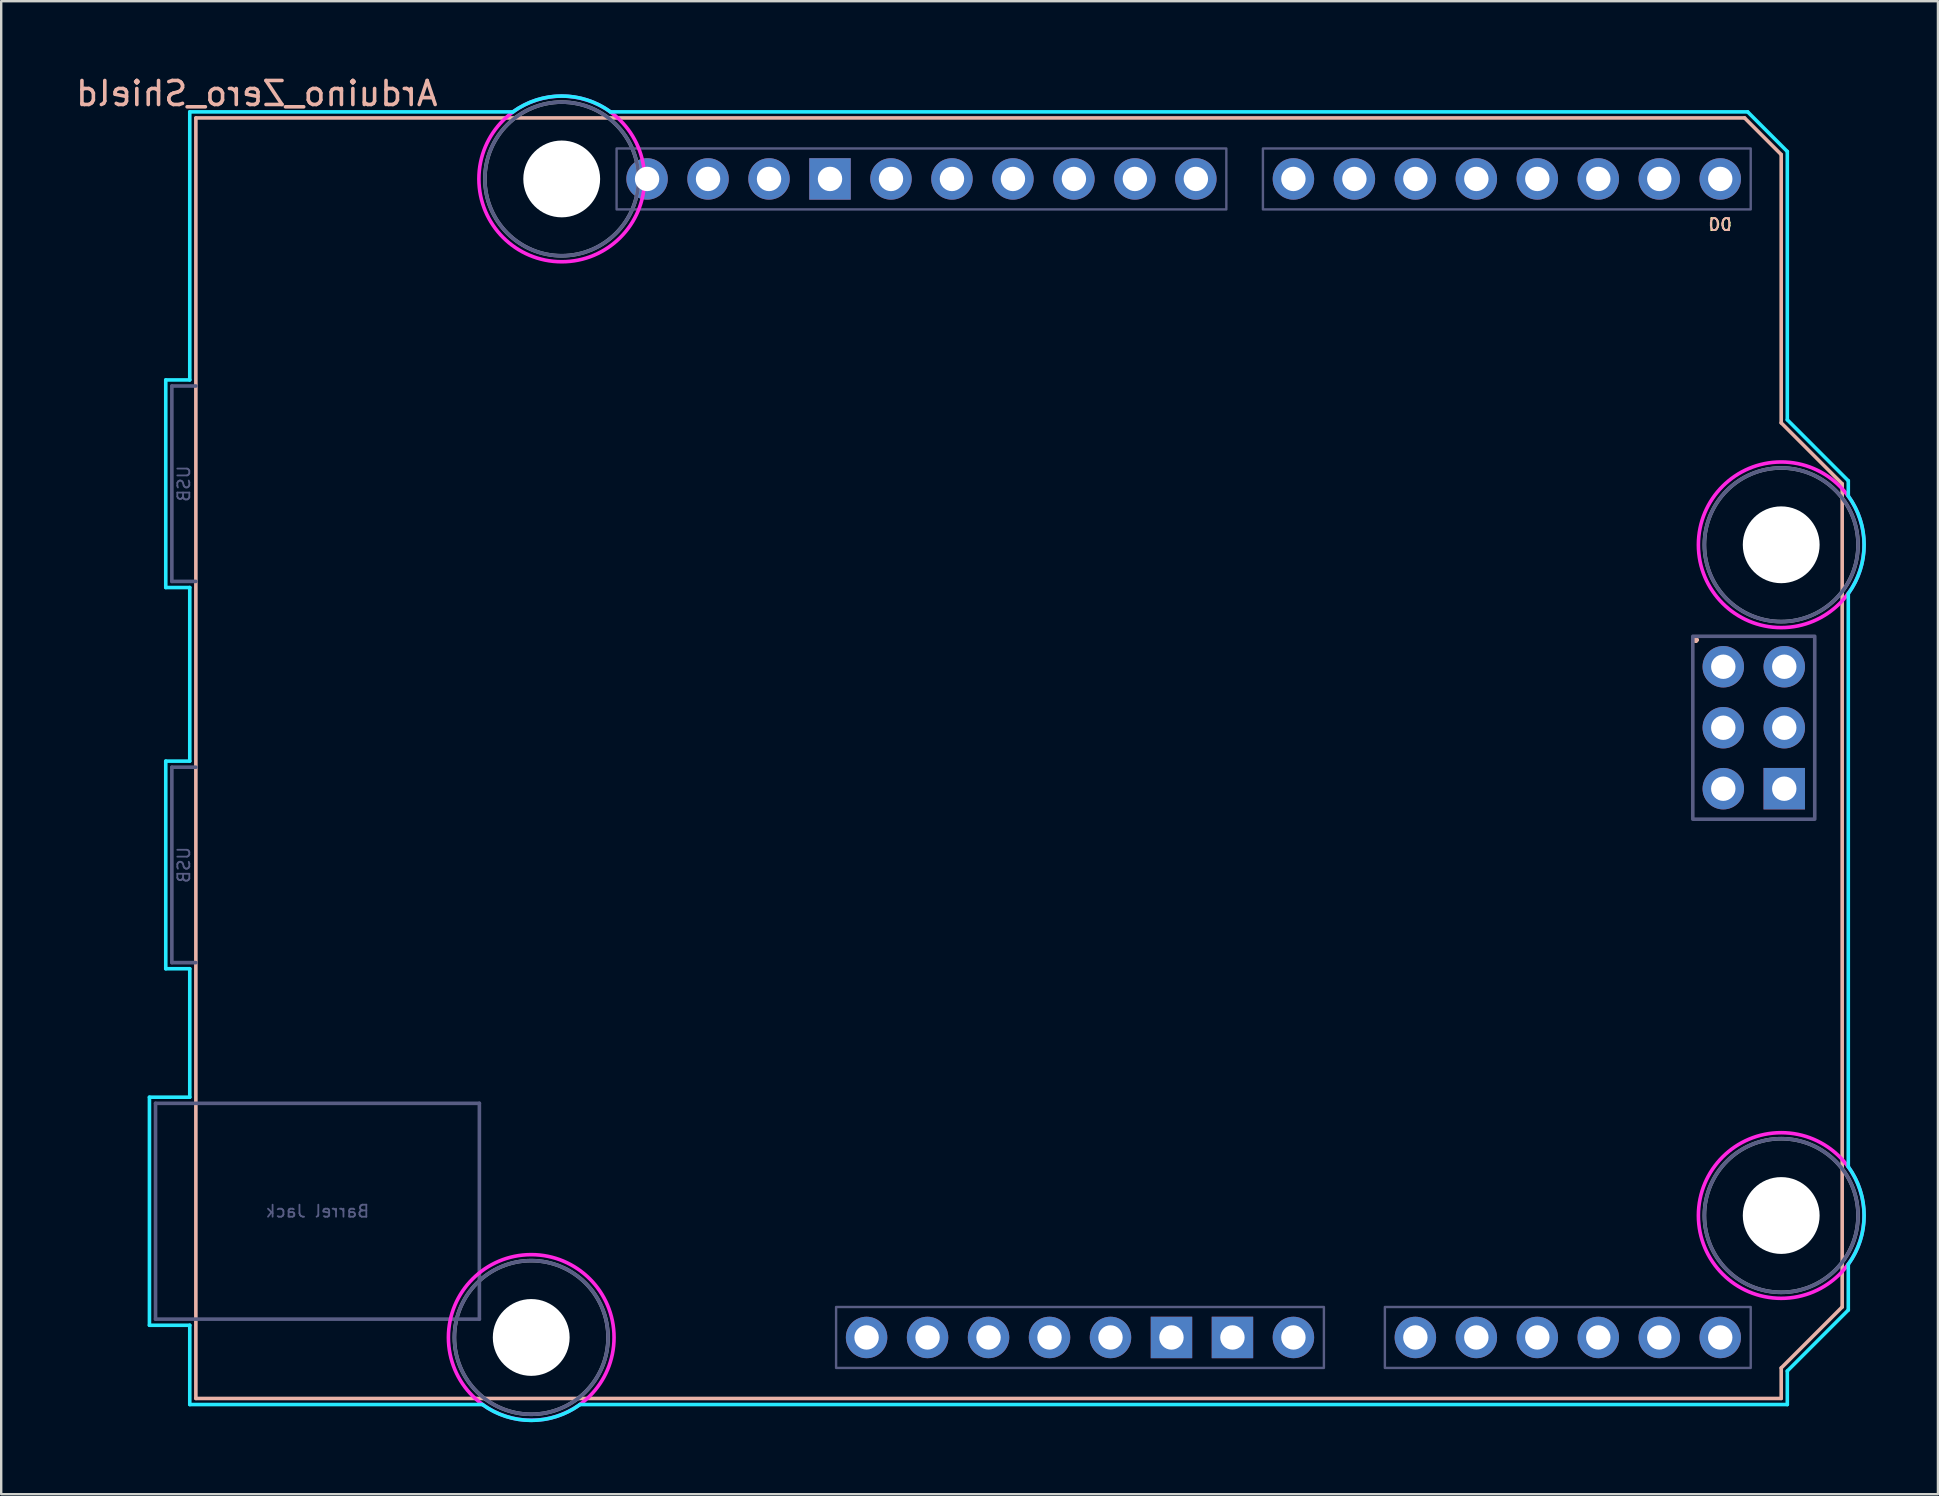
<source format=kicad_pcb>
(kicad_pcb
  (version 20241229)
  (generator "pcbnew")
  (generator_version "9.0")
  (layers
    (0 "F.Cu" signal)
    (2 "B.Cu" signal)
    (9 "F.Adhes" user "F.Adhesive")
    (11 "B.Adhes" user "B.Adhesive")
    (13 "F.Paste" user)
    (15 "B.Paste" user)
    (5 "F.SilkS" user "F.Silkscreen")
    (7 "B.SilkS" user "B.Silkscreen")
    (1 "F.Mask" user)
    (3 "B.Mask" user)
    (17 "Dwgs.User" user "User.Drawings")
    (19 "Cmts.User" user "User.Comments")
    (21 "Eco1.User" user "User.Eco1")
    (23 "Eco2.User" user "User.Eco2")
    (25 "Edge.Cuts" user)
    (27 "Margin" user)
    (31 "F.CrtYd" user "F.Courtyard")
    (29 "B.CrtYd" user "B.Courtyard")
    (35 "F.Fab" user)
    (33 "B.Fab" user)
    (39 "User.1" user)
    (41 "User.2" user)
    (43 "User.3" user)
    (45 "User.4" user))
  (footprint "Arduino_Zero_Shield"
    (layer "F.Cu")
    (at 5.109 55.204)
    (property "Reference" "Arduino_Zero_Shield" (at 2.54 -54.356 0) (layer "B.SilkS") (effects (font (size 1 1) (thickness 0.15)) (justify mirror)))
    (attr through_hole)
    (fp_line (start 0 -53.34) (end 0 0) (stroke (width 0.15) (type solid)) (layer "B.SilkS"))
    (fp_line (start 0 -53.34) (end 64.516 -53.34) (stroke (width 0.15) (type solid)) (layer "B.SilkS"))
    (fp_line (start 0 0) (end 66.04 0) (stroke (width 0.15) (type solid)) (layer "B.SilkS"))
    (fp_line (start 64.516 -53.34) (end 66.04 -51.816) (stroke (width 0.15) (type solid)) (layer "B.SilkS"))
    (fp_line (start 66.04 -40.64) (end 66.04 -51.816) (stroke (width 0.15) (type solid)) (layer "B.SilkS"))
    (fp_line (start 66.04 -1.27) (end 68.58 -3.81) (stroke (width 0.15) (type solid)) (layer "B.SilkS"))
    (fp_line (start 66.04 0) (end 66.04 -1.27) (stroke (width 0.15) (type solid)) (layer "B.SilkS"))
    (fp_line (start 68.58 -38.1) (end 66.04 -40.64) (stroke (width 0.15) (type solid)) (layer "B.SilkS"))
    (fp_line (start 68.58 -3.81) (end 68.58 -38.1) (stroke (width 0.15) (type solid)) (layer "B.SilkS"))
    (fp_line (start -1.934 -12.548) (end -1.934 -3.049) (stroke (width 0.15) (type solid)) (layer "B.CrtYd"))
    (fp_line (start -1.934 -12.548) (end -0.254 -12.548) (stroke (width 0.15) (type solid)) (layer "B.CrtYd"))
    (fp_line (start -1.934 -3.049) (end -0.254 -3.049) (stroke (width 0.15) (type solid)) (layer "B.CrtYd"))
    (fp_line (start -1.254 -42.428) (end -0.254 -42.428) (stroke (width 0.15) (type solid)) (layer "B.CrtYd"))
    (fp_line (start -1.254 -33.78) (end -1.254 -42.428) (stroke (width 0.15) (type solid)) (layer "B.CrtYd"))
    (fp_line (start -1.254 -33.78) (end -0.254 -33.78) (stroke (width 0.15) (type solid)) (layer "B.CrtYd"))
    (fp_line (start -1.254 -26.548) (end -0.254 -26.548) (stroke (width 0.15) (type solid)) (layer "B.CrtYd"))
    (fp_line (start -1.254 -17.9) (end -1.254 -26.548) (stroke (width 0.15) (type solid)) (layer "B.CrtYd"))
    (fp_line (start -1.254 -17.9) (end -0.254 -17.9) (stroke (width 0.15) (type solid)) (layer "B.CrtYd"))
    (fp_line (start -0.254 -53.594) (end -0.254 -42.428) (stroke (width 0.15) (type solid)) (layer "B.CrtYd"))
    (fp_line (start -0.254 -33.78) (end -0.254 -26.548) (stroke (width 0.15) (type solid)) (layer "B.CrtYd"))
    (fp_line (start -0.254 -17.9) (end -0.254 -12.548) (stroke (width 0.15) (type solid)) (layer "B.CrtYd"))
    (fp_line (start -0.254 -3.049) (end -0.254 0.254) (stroke (width 0.15) (type solid)) (layer "B.CrtYd"))
    (fp_line (start 11.938 0.254) (end -0.254 0.254) (stroke (width 0.15) (type solid)) (layer "B.CrtYd"))
    (fp_line (start 13.208 -53.594) (end -0.254 -53.594) (stroke (width 0.15) (type solid)) (layer "B.CrtYd"))
    (fp_line (start 16.002 0.254) (end 66.294 0.254) (stroke (width 0.15) (type solid)) (layer "B.CrtYd"))
    (fp_line (start 17.272 -53.594) (end 64.643 -53.594) (stroke (width 0.15) (type solid)) (layer "B.CrtYd"))
    (fp_line (start 64.643 -53.594) (end 66.294 -51.943) (stroke (width 0.15) (type solid)) (layer "B.CrtYd"))
    (fp_line (start 66.294 -40.767) (end 66.294 -51.943) (stroke (width 0.15) (type solid)) (layer "B.CrtYd"))
    (fp_line (start 66.294 -1.143) (end 68.834 -3.683) (stroke (width 0.15) (type solid)) (layer "B.CrtYd"))
    (fp_line (start 66.294 0.254) (end 66.294 -1.143) (stroke (width 0.15) (type solid)) (layer "B.CrtYd"))
    (fp_line (start 68.834 -38.227) (end 66.294 -40.767) (stroke (width 0.15) (type solid)) (layer "B.CrtYd"))
    (fp_line (start 68.834 -38.227) (end 68.834 -37.592) (stroke (width 0.15) (type solid)) (layer "B.CrtYd"))
    (fp_line (start 68.834 -9.652) (end 68.834 -33.528) (stroke (width 0.15) (type solid)) (layer "B.CrtYd"))
    (fp_line (start 68.834 -5.588) (end 68.834 -3.683) (stroke (width 0.15) (type solid)) (layer "B.CrtYd"))
    (fp_arc (start 13.208 -53.594) (mid 15.24 -54.254237) (end 17.272 -53.594) (stroke (width 0.15) (type solid)) (layer "B.CrtYd"))
    (fp_arc (start 16.002 0.254) (mid 13.97 0.914237) (end 11.938 0.254) (stroke (width 0.15) (type solid)) (layer "B.CrtYd"))
    (fp_arc (start 68.834 -37.592) (mid 69.494237 -35.56) (end 68.834 -33.528) (stroke (width 0.15) (type solid)) (layer "B.CrtYd"))
    (fp_arc (start 68.834 -9.652) (mid 69.494237 -7.62) (end 68.834 -5.588) (stroke (width 0.15) (type solid)) (layer "B.CrtYd"))
    (fp_circle (center 13.97 -2.54) (end 17.42 -2.54) (stroke (width 0.15) (type solid)) (fill no) (layer "F.CrtYd"))
    (fp_circle (center 15.24 -50.8) (end 18.69 -50.8) (stroke (width 0.15) (type solid)) (fill no) (layer "F.CrtYd"))
    (fp_circle (center 66.04 -35.56) (end 69.49 -35.56) (stroke (width 0.15) (type solid)) (fill no) (layer "F.CrtYd"))
    (fp_circle (center 66.04 -7.62) (end 69.49 -7.62) (stroke (width 0.15) (type solid)) (fill no) (layer "F.CrtYd"))
    (fp_line (start -1.68 -12.294) (end -1.68 -3.303) (stroke (width 0.15) (type solid)) (layer "B.Fab"))
    (fp_line (start -1.68 -12.294) (end 11.81 -12.294) (stroke (width 0.15) (type solid)) (layer "B.Fab"))
    (fp_line (start -1.68 -3.303) (end 11.81 -3.303) (stroke (width 0.15) (type solid)) (layer "B.Fab"))
    (fp_line (start -1 -42.174) (end 0 -42.174) (stroke (width 0.15) (type solid)) (layer "B.Fab"))
    (fp_line (start -1 -34.034) (end -1 -42.174) (stroke (width 0.15) (type solid)) (layer "B.Fab"))
    (fp_line (start -1 -26.294) (end 0 -26.294) (stroke (width 0.15) (type solid)) (layer "B.Fab"))
    (fp_line (start -1 -18.154) (end -1 -26.294) (stroke (width 0.15) (type solid)) (layer "B.Fab"))
    (fp_line (start 0 -34.034) (end -1 -34.034) (stroke (width 0.15) (type solid)) (layer "B.Fab"))
    (fp_line (start 0 -18.154) (end -1 -18.154) (stroke (width 0.15) (type solid)) (layer "B.Fab"))
    (fp_line (start 11.81 -12.294) (end 11.81 -3.303) (stroke (width 0.15) (type solid)) (layer "B.Fab"))
    (fp_rect (start 17.526 -52.07) (end 42.926 -49.53) (stroke (width 0.1) (type solid)) (fill no) (layer "B.Fab"))
    (fp_rect (start 26.67 -3.81) (end 46.99 -1.27) (stroke (width 0.1) (type solid)) (fill no) (layer "B.Fab"))
    (fp_rect (start 44.45 -52.07) (end 64.77 -49.53) (stroke (width 0.1) (type solid)) (fill no) (layer "B.Fab"))
    (fp_rect (start 49.53 -3.81) (end 64.77 -1.27) (stroke (width 0.1) (type solid)) (fill no) (layer "B.Fab"))
    (fp_rect (start 62.357 -31.75) (end 67.437 -24.13) (stroke (width 0.15) (type solid)) (fill no) (layer "B.Fab"))
    (fp_circle (center 13.97 -2.54) (end 17.17 -2.54) (stroke (width 0.15) (type solid)) (fill no) (layer "B.Fab"))
    (fp_circle (center 15.24 -50.8) (end 18.44 -50.8) (stroke (width 0.15) (type solid)) (fill no) (layer "B.Fab"))
    (fp_circle (center 66.04 -35.56) (end 69.24 -35.56) (stroke (width 0.15) (type solid)) (fill no) (layer "B.Fab"))
    (fp_circle (center 66.04 -7.62) (end 69.24 -7.62) (stroke (width 0.15) (type solid)) (fill no) (layer "B.Fab"))
    (fp_circle (center 13.97 -2.54) (end 17.17 -2.54) (stroke (width 0.15) (type solid)) (fill no) (layer "F.Fab"))
    (fp_circle (center 15.24 -50.8) (end 18.44 -50.8) (stroke (width 0.15) (type solid)) (fill no) (layer "F.Fab"))
    (fp_circle (center 66.04 -35.56) (end 69.24 -35.56) (stroke (width 0.15) (type solid)) (fill no) (layer "F.Fab"))
    (fp_circle (center 66.04 -7.62) (end 69.24 -7.62) (stroke (width 0.15) (type solid)) (fill no) (layer "F.Fab"))
    (fp_text user "." (at 62.484 -32.004 0) (layer "F.SilkS") (effects (font (size 1 1) (thickness 0.15)) (justify mirror)))
    (fp_text user "D0" (at 63.5 -48.895 0) (unlocked yes) (layer "F.SilkS") (effects (font (size 0.5 0.5) (thickness 0.075))))
    (fp_text user "D0" (at 63.5 -48.895 0) (unlocked yes) (layer "B.SilkS") (effects (font (size 0.5 0.5) (thickness 0.075)) (justify mirror)))
    (fp_text user "." (at 62.484 -32.004 0) (layer "B.SilkS") (effects (font (size 1 1) (thickness 0.15)) (justify mirror)))
    (fp_text user "Barrel Jack" (at 5.065 -7.798 0) (layer "B.Fab") (effects (font (size 0.5 0.5) (thickness 0.075)) (justify mirror)))
    (fp_text user "USB" (at -0.5 -38.104 270) (layer "B.Fab") (effects (font (size 0.5 0.5) (thickness 0.075)) (justify mirror)))
    (fp_text user "USB" (at -0.5 -22.224 270) (layer "B.Fab") (effects (font (size 0.5 0.5) (thickness 0.075)) (justify mirror)))
    (pad "" np_thru_hole circle (at 13.97 -2.54) (size 3.2 3.2) (drill 3.2) (layers "*.Cu" "*.Mask"))
    (pad "" np_thru_hole circle (at 15.24 -50.8) (size 3.2 3.2) (drill 3.2) (layers "*.Cu" "*.Mask"))
    (pad "" np_thru_hole circle (at 66.04 -35.56) (size 3.2 3.2) (drill 3.2) (layers "*.Cu" "*.Mask"))
    (pad "" np_thru_hole circle (at 66.04 -7.62) (size 3.2 3.2) (drill 3.2) (layers "*.Cu" "*.Mask"))
    (pad "3V3" thru_hole oval (at 35.56 -2.54) (size 1.727 1.727) (drill 1.016) (layers "*.Cu" "*.Mask"))
    (pad "5V1" thru_hole oval (at 38.1 -2.54) (size 1.727 1.727) (drill 1.016) (layers "*.Cu" "*.Mask"))
    (pad "5V2" thru_hole oval (at 66.167 -30.48) (size 1.727 1.727) (drill 1.016) (layers "*.Cu" "*.Mask"))
    (pad "A0" thru_hole oval (at 50.8 -2.54) (size 1.727 1.727) (drill 1.016) (layers "*.Cu" "*.Mask"))
    (pad "A1" thru_hole oval (at 53.34 -2.54) (size 1.727 1.727) (drill 1.016) (layers "*.Cu" "*.Mask"))
    (pad "A2" thru_hole oval (at 55.88 -2.54) (size 1.727 1.727) (drill 1.016) (layers "*.Cu" "*.Mask"))
    (pad "A3" thru_hole oval (at 58.42 -2.54) (size 1.727 1.727) (drill 1.016) (layers "*.Cu" "*.Mask"))
    (pad "A4" thru_hole oval (at 60.96 -2.54) (size 1.727 1.727) (drill 1.016) (layers "*.Cu" "*.Mask"))
    (pad "A5" thru_hole oval (at 63.5 -2.54) (size 1.727 1.727) (drill 1.016) (layers "*.Cu" "*.Mask"))
    (pad "AREF" thru_hole oval (at 23.876 -50.8) (size 1.727 1.727) (drill 1.016) (layers "*.Cu" "*.Mask"))
    (pad "ATN" thru_hole oval (at 27.94 -2.54) (size 1.727 1.727) (drill 1.016) (layers "*.Cu" "*.Mask"))
    (pad "D0" thru_hole oval (at 63.5 -50.8) (size 1.727 1.727) (drill 1.016) (layers "*.Cu" "*.Mask"))
    (pad "D1" thru_hole oval (at 60.96 -50.8) (size 1.727 1.727) (drill 1.016) (layers "*.Cu" "*.Mask"))
    (pad "D2" thru_hole oval (at 58.42 -50.8) (size 1.727 1.727) (drill 1.016) (layers "*.Cu" "*.Mask"))
    (pad "D3" thru_hole oval (at 55.88 -50.8) (size 1.727 1.727) (drill 1.016) (layers "*.Cu" "*.Mask"))
    (pad "D4" thru_hole oval (at 53.34 -50.8) (size 1.727 1.727) (drill 1.016) (layers "*.Cu" "*.Mask"))
    (pad "D5" thru_hole oval (at 50.8 -50.8) (size 1.727 1.727) (drill 1.016) (layers "*.Cu" "*.Mask"))
    (pad "D6" thru_hole oval (at 48.26 -50.8) (size 1.727 1.727) (drill 1.016) (layers "*.Cu" "*.Mask"))
    (pad "D7" thru_hole oval (at 45.72 -50.8) (size 1.727 1.727) (drill 1.016) (layers "*.Cu" "*.Mask"))
    (pad "D8" thru_hole oval (at 41.656 -50.8) (size 1.727 1.727) (drill 1.016) (layers "*.Cu" "*.Mask"))
    (pad "D9" thru_hole oval (at 39.116 -50.8) (size 1.727 1.727) (drill 1.016) (layers "*.Cu" "*.Mask"))
    (pad "D10" thru_hole oval (at 36.576 -50.8) (size 1.727 1.727) (drill 1.016) (layers "*.Cu" "*.Mask"))
    (pad "D11" thru_hole oval (at 34.036 -50.8) (size 1.727 1.727) (drill 1.016) (layers "*.Cu" "*.Mask"))
    (pad "D12" thru_hole oval (at 31.496 -50.8) (size 1.727 1.727) (drill 1.016) (layers "*.Cu" "*.Mask"))
    (pad "D13" thru_hole oval (at 28.956 -50.8) (size 1.727 1.727) (drill 1.016) (layers "*.Cu" "*.Mask"))
    (pad "GND1" thru_hole rect (at 26.416 -50.8) (size 1.727 1.727) (drill 1.016) (layers "*.Cu" "*.Mask"))
    (pad "GND2" thru_hole rect (at 40.64 -2.54) (size 1.727 1.727) (drill 1.016) (layers "*.Cu" "*.Mask"))
    (pad "GND3" thru_hole rect (at 43.18 -2.54) (size 1.727 1.727) (drill 1.016) (layers "*.Cu" "*.Mask"))
    (pad "GND4" thru_hole rect (at 66.167 -25.4) (size 1.727 1.727) (drill 1.016) (layers "*.Cu" "*.Mask"))
    (pad "IORF" thru_hole oval (at 30.48 -2.54) (size 1.727 1.727) (drill 1.016) (layers "*.Cu" "*.Mask"))
    (pad "MISO" thru_hole oval (at 63.627 -30.48) (size 1.727 1.727) (drill 1.016) (layers "*.Cu" "*.Mask"))
    (pad "MOSI" thru_hole oval (at 66.167 -27.94) (size 1.727 1.727) (drill 1.016) (layers "*.Cu" "*.Mask"))
    (pad "RST1" thru_hole oval (at 33.02 -2.54) (size 1.727 1.727) (drill 1.016) (layers "*.Cu" "*.Mask"))
    (pad "RST2" thru_hole oval (at 63.627 -25.4) (size 1.727 1.727) (drill 1.016) (layers "*.Cu" "*.Mask"))
    (pad "SCK" thru_hole oval (at 63.627 -27.94) (size 1.727 1.727) (drill 1.016) (layers "*.Cu" "*.Mask"))
    (pad "SCL" thru_hole oval (at 18.796 -50.8) (size 1.727 1.727) (drill 1.016) (layers "*.Cu" "*.Mask"))
    (pad "SDA" thru_hole oval (at 21.336 -50.8) (size 1.727 1.727) (drill 1.016) (layers "*.Cu" "*.Mask"))
    (pad "VIN" thru_hole oval (at 45.72 -2.54) (size 1.727 1.727) (drill 1.016) (layers "*.Cu" "*.Mask")))
  (gr_rect
    (start -3 -3)
    (end 77.678 59.193)
    (stroke (width 0.1) (type default))
    (fill no)
    (layer "Edge.Cuts")))
</source>
